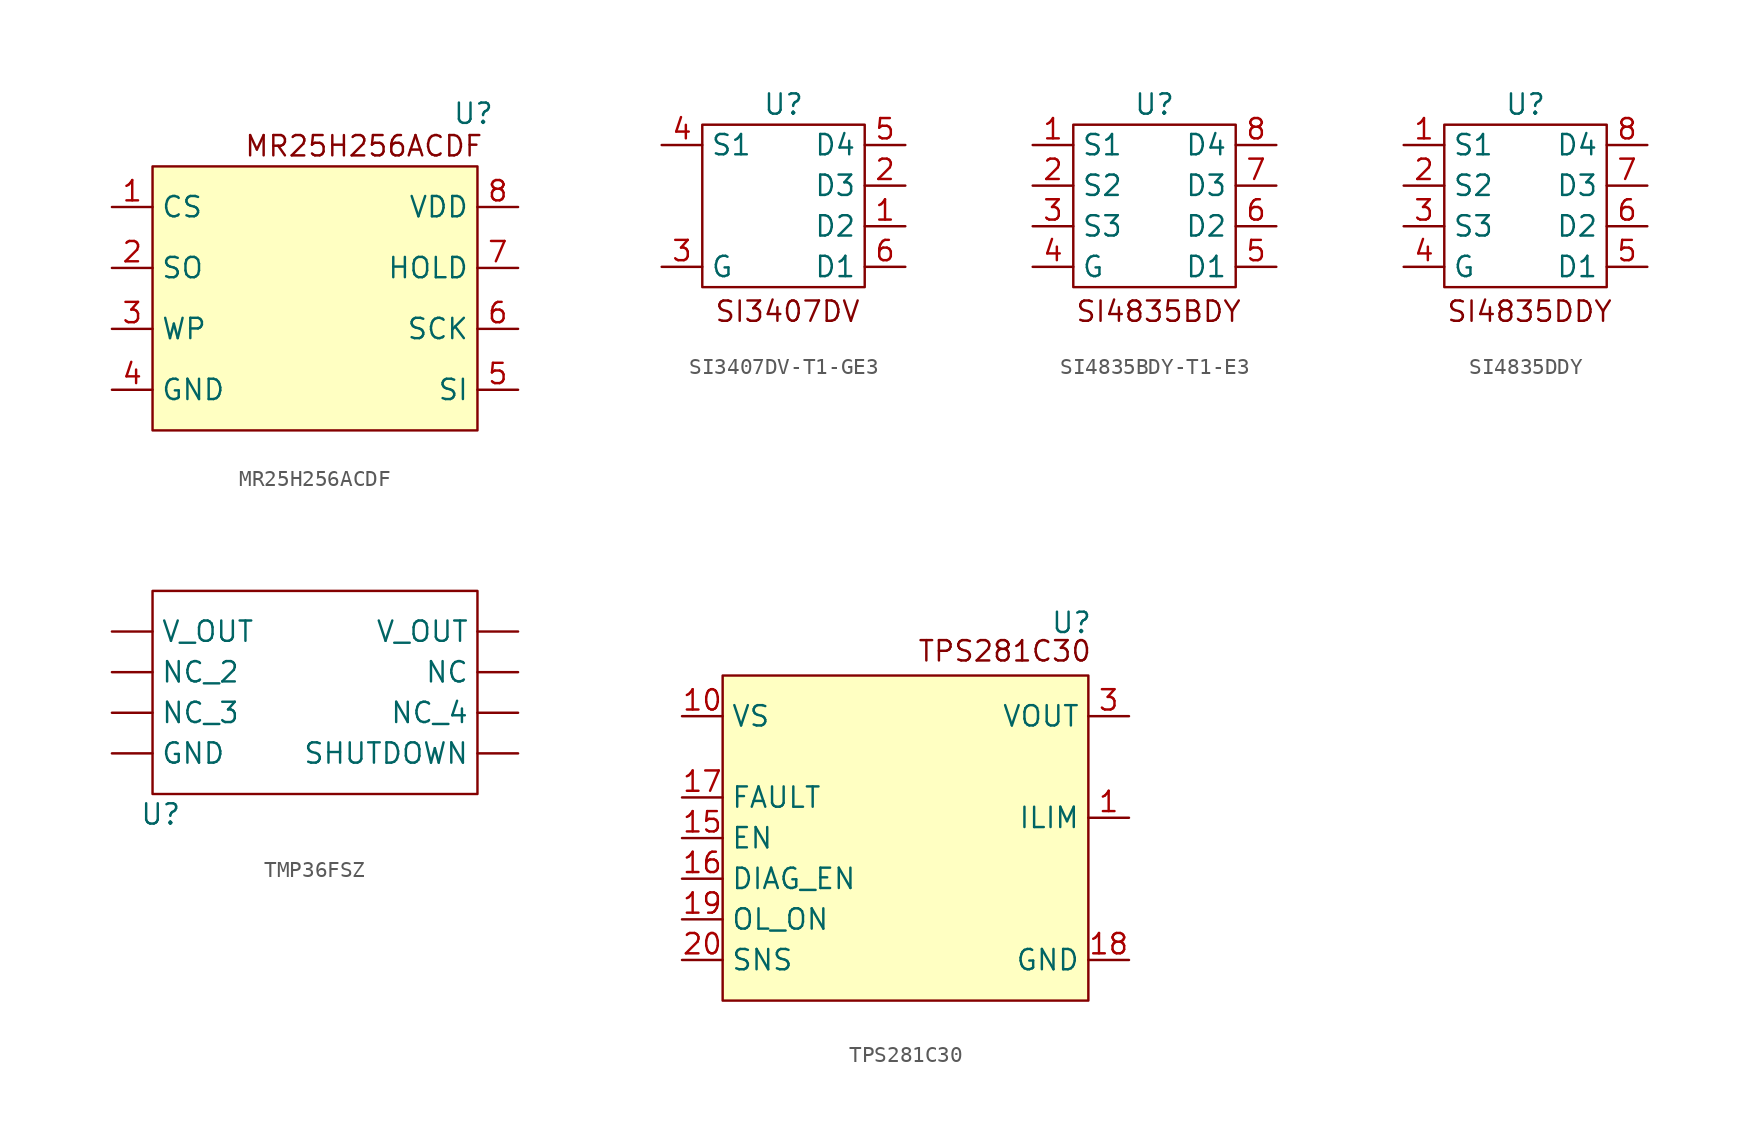
<source format=kicad_sym>
(kicad_symbol_lib
  (version 20241209)
  (generator "kicad_symbol_editor")
  (generator_version "9.0")
  (symbol "MR25H256ACDF"
    (property "Reference" "U"
      (at 9.906 9.652 0)
      (effects (font (size 1.27 1.27))))
    (property "Value" ""
      (at 0 0 0)
      (effects (font (size 1.27 1.27))))
    (symbol "MR25H256ACDF_1_1"
      (rectangle (start -10.16 6.35) (end 10.16 -10.16) (stroke (width 0) (type solid)) (fill (type color) (color 255 255 194 1)))
      (text "MR25H256ACDF" (at 3.048 7.62 0) (effects (font (size 1.27 1.27))))
      (pin input line (at -12.7 3.81 0) (length 2.54) (name "CS" (effects (font (size 1.27 1.27)))) (number "1" (effects (font (size 1.27 1.27)))))
      (pin output line (at -12.7 0 0) (length 2.54) (name "SO" (effects (font (size 1.27 1.27)))) (number "2" (effects (font (size 1.27 1.27)))))
      (pin input line (at -12.7 -3.81 0) (length 2.54) (name "WP" (effects (font (size 1.27 1.27)))) (number "3" (effects (font (size 1.27 1.27)))))
      (pin passive line (at -12.7 -7.62 0) (length 2.54) (name "GND" (effects (font (size 1.27 1.27)))) (number "4" (effects (font (size 1.27 1.27)))))
      (pin power_in line (at 12.7 3.81 180) (length 2.54) (name "VDD" (effects (font (size 1.27 1.27)))) (number "8" (effects (font (size 1.27 1.27)))))
      (pin input line (at 12.7 0 180) (length 2.54) (name "HOLD" (effects (font (size 1.27 1.27)))) (number "7" (effects (font (size 1.27 1.27)))))
      (pin input line (at 12.7 -3.81 180) (length 2.54) (name "SCK" (effects (font (size 1.27 1.27)))) (number "6" (effects (font (size 1.27 1.27)))))
      (pin input line (at 12.7 -7.62 180) (length 2.54) (name "SI" (effects (font (size 1.27 1.27)))) (number "5" (effects (font (size 1.27 1.27)))))))
  (symbol "SI3407DV-T1-GE3"
    (property "Reference" "U"
      (at 0 6.35 0)
      (effects (font (size 1.27 1.27))))
    (property "Value" ""
      (at 0 0 0)
      (effects (font (size 1.27 1.27))))
    (symbol "SI3407DV-T1-GE3_0_1"
      (rectangle (start -5.08 5.08) (end 5.08 -5.08) (stroke (width 0) (type default)) (fill (type none))))
    (symbol "SI3407DV-T1-GE3_1_1"
      (text "SI3407DV" (at 0.254 -6.604 0) (effects (font (size 1.27 1.27))))
      (pin input line (at -7.62 3.81 0) (length 2.54) (name "S1" (effects (font (size 1.27 1.27)))) (number "4" (effects (font (size 1.27 1.27)))))
      (pin input line (at -7.62 -3.81 0) (length 2.54) (name "G" (effects (font (size 1.27 1.27)))) (number "3" (effects (font (size 1.27 1.27)))))
      (pin input line (at 7.62 3.81 180) (length 2.54) (name "D4" (effects (font (size 1.27 1.27)))) (number "5" (effects (font (size 1.27 1.27)))))
      (pin input line (at 7.62 1.27 180) (length 2.54) (name "D3" (effects (font (size 1.27 1.27)))) (number "2" (effects (font (size 1.27 1.27)))))
      (pin input line (at 7.62 -1.27 180) (length 2.54) (name "D2" (effects (font (size 1.27 1.27)))) (number "1" (effects (font (size 1.27 1.27)))))
      (pin input line (at 7.62 -3.81 180) (length 2.54) (name "D1" (effects (font (size 1.27 1.27)))) (number "6" (effects (font (size 1.27 1.27)))))))
  (symbol "SI4835BDY-T1-E3"
    (property "Reference" "U"
      (at 0 6.35 0)
      (effects (font (size 1.27 1.27))))
    (property "Value" ""
      (at 0 0 0)
      (effects (font (size 1.27 1.27))))
    (symbol "SI4835BDY-T1-E3_0_1"
      (rectangle (start -5.08 5.08) (end 5.08 -5.08) (stroke (width 0) (type default)) (fill (type none))))
    (symbol "SI4835BDY-T1-E3_1_1"
      (text "SI4835BDY" (at 0.254 -6.604 0) (effects (font (size 1.27 1.27))))
      (pin input line (at -7.62 3.81 0) (length 2.54) (name "S1" (effects (font (size 1.27 1.27)))) (number "1" (effects (font (size 1.27 1.27)))))
      (pin input line (at -7.62 1.27 0) (length 2.54) (name "S2" (effects (font (size 1.27 1.27)))) (number "2" (effects (font (size 1.27 1.27)))))
      (pin input line (at -7.62 -1.27 0) (length 2.54) (name "S3" (effects (font (size 1.27 1.27)))) (number "3" (effects (font (size 1.27 1.27)))))
      (pin input line (at -7.62 -3.81 0) (length 2.54) (name "G" (effects (font (size 1.27 1.27)))) (number "4" (effects (font (size 1.27 1.27)))))
      (pin input line (at 7.62 3.81 180) (length 2.54) (name "D4" (effects (font (size 1.27 1.27)))) (number "8" (effects (font (size 1.27 1.27)))))
      (pin input line (at 7.62 1.27 180) (length 2.54) (name "D3" (effects (font (size 1.27 1.27)))) (number "7" (effects (font (size 1.27 1.27)))))
      (pin input line (at 7.62 -1.27 180) (length 2.54) (name "D2" (effects (font (size 1.27 1.27)))) (number "6" (effects (font (size 1.27 1.27)))))
      (pin input line (at 7.62 -3.81 180) (length 2.54) (name "D1" (effects (font (size 1.27 1.27)))) (number "5" (effects (font (size 1.27 1.27)))))))
  (symbol "SI4835DDY"
    (property "Reference" "U"
      (at 0 6.35 0)
      (effects (font (size 1.27 1.27))))
    (property "Value" ""
      (at 0 0 0)
      (effects (font (size 1.27 1.27))))
    (symbol "SI4835DDY_0_1"
      (rectangle (start -5.08 5.08) (end 5.08 -5.08) (stroke (width 0) (type default)) (fill (type none))))
    (symbol "SI4835DDY_1_1"
      (text "SI4835DDY" (at 0.254 -6.604 0) (effects (font (size 1.27 1.27))))
      (pin input line (at -7.62 3.81 0) (length 2.54) (name "S1" (effects (font (size 1.27 1.27)))) (number "1" (effects (font (size 1.27 1.27)))))
      (pin input line (at -7.62 1.27 0) (length 2.54) (name "S2" (effects (font (size 1.27 1.27)))) (number "2" (effects (font (size 1.27 1.27)))))
      (pin input line (at -7.62 -1.27 0) (length 2.54) (name "S3" (effects (font (size 1.27 1.27)))) (number "3" (effects (font (size 1.27 1.27)))))
      (pin input line (at -7.62 -3.81 0) (length 2.54) (name "G" (effects (font (size 1.27 1.27)))) (number "4" (effects (font (size 1.27 1.27)))))
      (pin input line (at 7.62 3.81 180) (length 2.54) (name "D4" (effects (font (size 1.27 1.27)))) (number "8" (effects (font (size 1.27 1.27)))))
      (pin input line (at 7.62 1.27 180) (length 2.54) (name "D3" (effects (font (size 1.27 1.27)))) (number "7" (effects (font (size 1.27 1.27)))))
      (pin input line (at 7.62 -1.27 180) (length 2.54) (name "D2" (effects (font (size 1.27 1.27)))) (number "6" (effects (font (size 1.27 1.27)))))
      (pin input line (at 7.62 -3.81 180) (length 2.54) (name "D1" (effects (font (size 1.27 1.27)))) (number "5" (effects (font (size 1.27 1.27)))))))
  (symbol "TMP36FSZ"
    (property "Reference" "U"
      (at -9.652 -7.62 0)
      (effects (font (size 1.27 1.27))))
    (property "Value" ""
      (at 0 1.27 0)
      (effects (font (size 1.27 1.27))))
    (symbol "TMP36FSZ_0_1"
      (rectangle (start -10.16 6.35) (end 10.16 -6.35) (stroke (width 0) (type default)) (fill (type none))))
    (symbol "TMP36FSZ_1_1"
      (pin output line (at -12.7 3.81 0) (length 2.54) (name "V_OUT" (effects (font (size 1.27 1.27)))) (number "" (effects (font (size 1.27 1.27)))))
      (pin passive line (at -12.7 1.27 0) (length 2.54) (name "NC_2" (effects (font (size 1.27 1.27)))) (number "" (effects (font (size 1.27 1.27)))))
      (pin passive line (at -12.7 -1.27 0) (length 2.54) (name "NC_3" (effects (font (size 1.27 1.27)))) (number "" (effects (font (size 1.27 1.27)))))
      (pin passive line (at -12.7 -3.81 0) (length 2.54) (name "GND" (effects (font (size 1.27 1.27)))) (number "" (effects (font (size 1.27 1.27)))))
      (pin output line (at 12.7 3.81 180) (length 2.54) (name "V_OUT" (effects (font (size 1.27 1.27)))) (number "" (effects (font (size 1.27 1.27)))))
      (pin passive line (at 12.7 1.27 180) (length 2.54) (name "NC" (effects (font (size 1.27 1.27)))) (number "" (effects (font (size 1.27 1.27)))))
      (pin passive line (at 12.7 -1.27 180) (length 2.54) (name "NC_4" (effects (font (size 1.27 1.27)))) (number "" (effects (font (size 1.27 1.27)))))
      (pin input line (at 12.7 -3.81 180) (length 2.54) (name "SHUTDOWN" (effects (font (size 1.27 1.27)))) (number "" (effects (font (size 1.27 1.27)))))))
  (symbol "TPS281C30"
    (property "Reference" "U"
      (at 11.684 17.272 0)
      (effects (font (size 1.27 1.27)) (justify right)))
    (property "Value" ""
      (at 0 0 0)
      (effects (font (size 1.27 1.27))))
    (symbol "TPS281C30_1_1"
      (rectangle (start -11.43 13.97) (end 11.43 -6.35) (stroke (width 0) (type solid)) (fill (type color) (color 255 255 194 1)))
      (text "TPS281C30" (at 11.684 15.494 0) (effects (font (size 1.27 1.27)) (justify right)))
      (pin power_in line (at -13.97 11.43 0) (length 2.54) (name "VS" (effects (font (size 1.27 1.27)))) (number "10" (effects (font (size 1.27 1.27)))))
      (pin power_in line (at -13.97 11.43 0) (length 2.54) (hide yes) (name "VS" (effects (font (size 1.27 1.27)))) (number "11" (effects (font (size 1.27 1.27)))))
      (pin power_in line (at -13.97 11.43 0) (length 2.54) (hide yes) (name "VS" (effects (font (size 1.27 1.27)))) (number "12" (effects (font (size 1.27 1.27)))))
      (pin power_in line (at -13.97 11.43 0) (length 2.54) (hide yes) (name "VS" (effects (font (size 1.27 1.27)))) (number "13" (effects (font (size 1.27 1.27)))))
      (pin output line (at -13.97 6.35 0) (length 2.54) (name "FAULT" (effects (font (size 1.27 1.27)))) (number "17" (effects (font (size 1.27 1.27)))))
      (pin input line (at -13.97 3.81 0) (length 2.54) (name "EN" (effects (font (size 1.27 1.27)))) (number "15" (effects (font (size 1.27 1.27)))))
      (pin input line (at -13.97 1.27 0) (length 2.54) (name "DIAG_EN" (effects (font (size 1.27 1.27)))) (number "16" (effects (font (size 1.27 1.27)))))
      (pin input line (at -13.97 -1.27 0) (length 2.54) (name "OL_ON" (effects (font (size 1.27 1.27)))) (number "19" (effects (font (size 1.27 1.27)))))
      (pin output line (at -13.97 -3.81 0) (length 2.54) (name "SNS" (effects (font (size 1.27 1.27)))) (number "20" (effects (font (size 1.27 1.27)))))
      (pin power_out line (at 13.97 11.43 180) (length 2.54) (name "VOUT" (effects (font (size 1.27 1.27)))) (number "3" (effects (font (size 1.27 1.27)))))
      (pin power_out line (at 13.97 11.43 180) (length 2.54) (hide yes) (name "VOUT" (effects (font (size 1.27 1.27)))) (number "4" (effects (font (size 1.27 1.27)))))
      (pin power_out line (at 13.97 11.43 180) (length 2.54) (hide yes) (name "VOUT" (effects (font (size 1.27 1.27)))) (number "5" (effects (font (size 1.27 1.27)))))
      (pin power_out line (at 13.97 11.43 180) (length 2.54) (hide yes) (name "VOUT" (effects (font (size 1.27 1.27)))) (number "6" (effects (font (size 1.27 1.27)))))
      (pin input line (at 13.97 5.08 180) (length 2.54) (name "ILIM" (effects (font (size 1.27 1.27)))) (number "1" (effects (font (size 1.27 1.27)))))
      (pin passive line (at 13.97 -3.81 180) (length 2.54) (name "GND" (effects (font (size 1.27 1.27)))) (number "18" (effects (font (size 1.27 1.27))))))))
</source>
